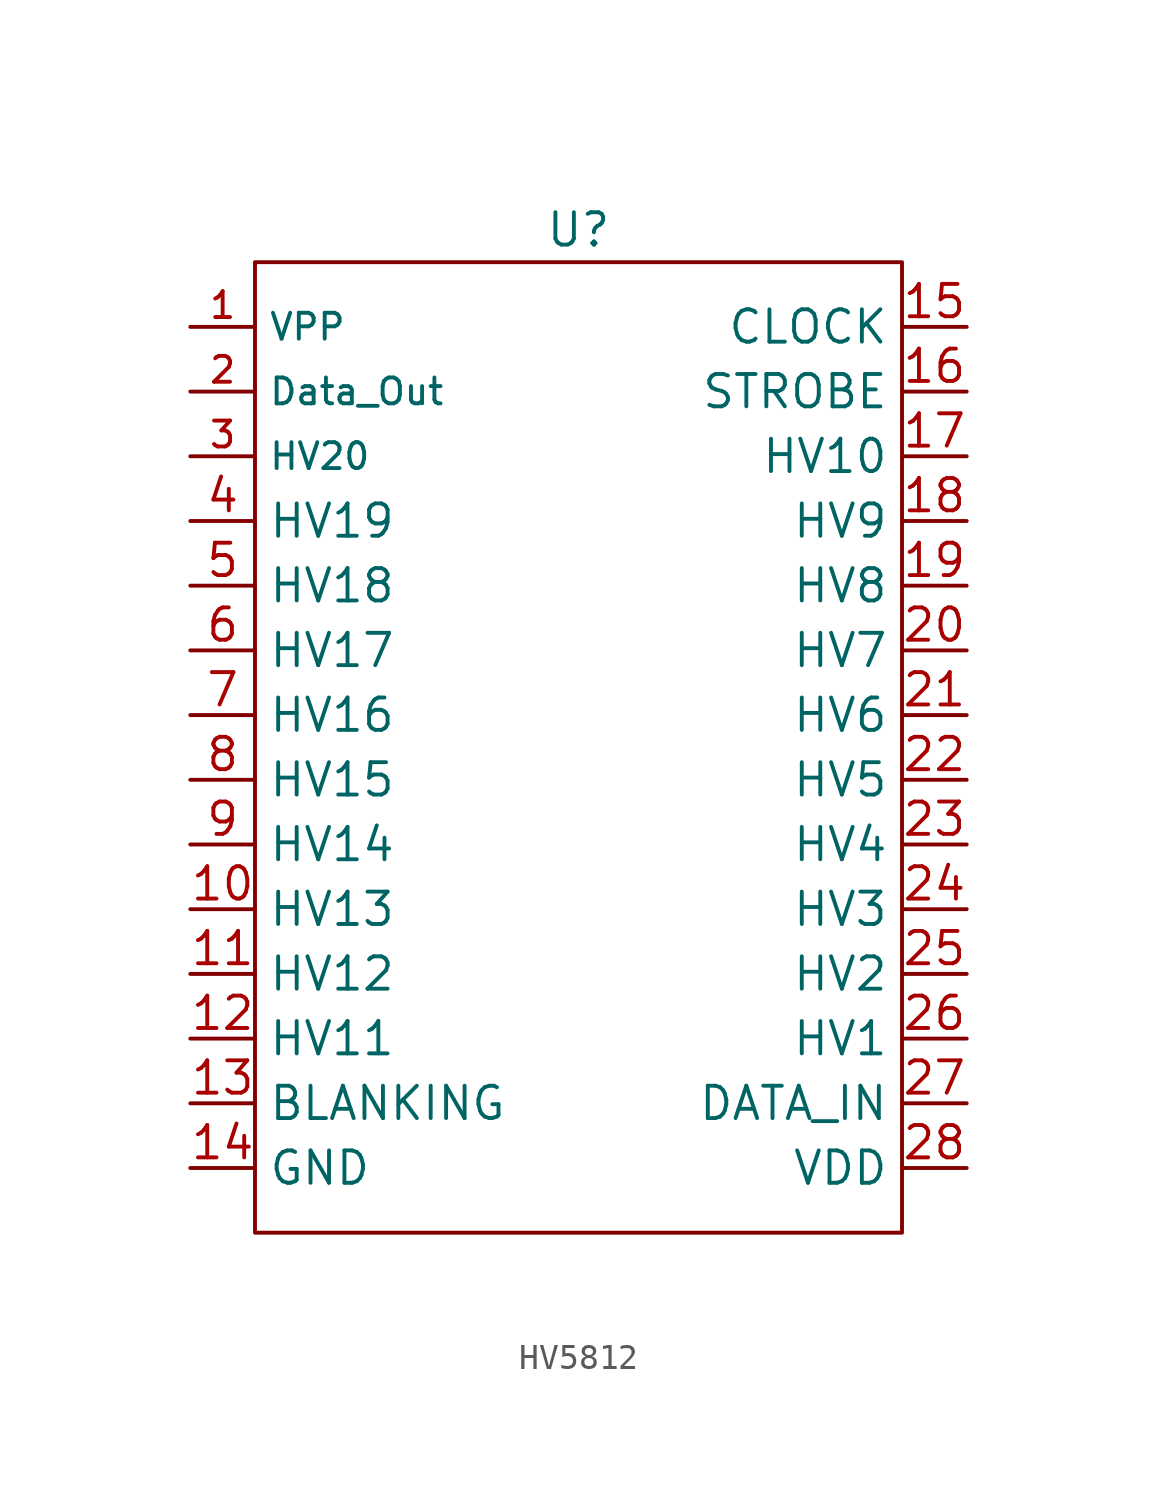
<source format=kicad_sym>
(kicad_symbol_lib
  (version 20220914)
  (generator kicad_symbol_editor)
  (symbol "HV5812"
    (property "Reference" "U"
      (at 0 20.32 0)
      (effects (font (size 1.27 1.27))))
    (property "Value" ""
      (at -12.7 -11.43 0)
      (effects (font (size 1.27 1.27))))
    (symbol "HV5812_0_1"
      (rectangle (start -12.7 19.05) (end 12.7 -19.05) (stroke (width 0) (type default)) (fill (type none))))
    (symbol "HV5812_1_0"
      (pin passive line (at -15.24 -6.35 0) (length 2.54) (name "HV13" (effects (font (size 1.27 1.27)))) (number "10" (effects (font (size 1.27 1.27)))))
      (pin passive line (at -15.24 -8.89 0) (length 2.54) (name "HV12" (effects (font (size 1.27 1.27)))) (number "11" (effects (font (size 1.27 1.27)))))
      (pin passive line (at -15.24 -11.43 0) (length 2.54) (name "HV11" (effects (font (size 1.27 1.27)))) (number "12" (effects (font (size 1.27 1.27)))))
      (pin passive line (at -15.24 -13.97 0) (length 2.54) (name "BLANKING" (effects (font (size 1.27 1.27)))) (number "13" (effects (font (size 1.27 1.27)))))
      (pin passive line (at -15.24 -16.51 0) (length 2.54) (name "GND" (effects (font (size 1.27 1.27)))) (number "14" (effects (font (size 1.27 1.27)))))
      (pin passive line (at 15.24 16.51 180) (length 2.54) (name "CLOCK" (effects (font (size 1.27 1.27)))) (number "15" (effects (font (size 1.27 1.27)))))
      (pin passive line (at 15.24 13.97 180) (length 2.54) (name "STROBE" (effects (font (size 1.27 1.27)))) (number "16" (effects (font (size 1.27 1.27)))))
      (pin passive line (at 15.24 11.43 180) (length 2.54) (name "HV10" (effects (font (size 1.27 1.27)))) (number "17" (effects (font (size 1.27 1.27)))))
      (pin passive line (at 15.24 8.89 180) (length 2.54) (name "HV9" (effects (font (size 1.27 1.27)))) (number "18" (effects (font (size 1.27 1.27)))))
      (pin passive line (at 15.24 6.35 180) (length 2.54) (name "HV8" (effects (font (size 1.27 1.27)))) (number "19" (effects (font (size 1.27 1.27)))))
      (pin passive line (at 15.24 3.81 180) (length 2.54) (name "HV7" (effects (font (size 1.27 1.27)))) (number "20" (effects (font (size 1.27 1.27)))))
      (pin passive line (at 15.24 1.27 180) (length 2.54) (name "HV6" (effects (font (size 1.27 1.27)))) (number "21" (effects (font (size 1.27 1.27)))))
      (pin passive line (at 15.24 -1.27 180) (length 2.54) (name "HV5" (effects (font (size 1.27 1.27)))) (number "22" (effects (font (size 1.27 1.27)))))
      (pin passive line (at 15.24 -3.81 180) (length 2.54) (name "HV4" (effects (font (size 1.27 1.27)))) (number "23" (effects (font (size 1.27 1.27)))))
      (pin passive line (at 15.24 -6.35 180) (length 2.54) (name "HV3" (effects (font (size 1.27 1.27)))) (number "24" (effects (font (size 1.27 1.27)))))
      (pin passive line (at 15.24 -8.89 180) (length 2.54) (name "HV2" (effects (font (size 1.27 1.27)))) (number "25" (effects (font (size 1.27 1.27)))))
      (pin passive line (at 15.24 -11.43 180) (length 2.54) (name "HV1" (effects (font (size 1.27 1.27)))) (number "26" (effects (font (size 1.27 1.27)))))
      (pin passive line (at 15.24 -13.97 180) (length 2.54) (name "DATA_IN" (effects (font (size 1.27 1.27)))) (number "27" (effects (font (size 1.27 1.27)))))
      (pin passive line (at 15.24 -16.51 180) (length 2.54) (name "VDD" (effects (font (size 1.27 1.27)))) (number "28" (effects (font (size 1.27 1.27)))))
      (pin passive line (at -15.24 8.89 0) (length 2.54) (name "HV19" (effects (font (size 1.27 1.27)))) (number "4" (effects (font (size 1.27 1.27)))))
      (pin passive line (at -15.24 6.35 0) (length 2.54) (name "HV18" (effects (font (size 1.27 1.27)))) (number "5" (effects (font (size 1.27 1.27)))))
      (pin passive line (at -15.24 3.81 0) (length 2.54) (name "HV17" (effects (font (size 1.27 1.27)))) (number "6" (effects (font (size 1.27 1.27)))))
      (pin passive line (at -15.24 1.27 0) (length 2.54) (name "HV16" (effects (font (size 1.27 1.27)))) (number "7" (effects (font (size 1.27 1.27)))))
      (pin passive line (at -15.24 -1.27 0) (length 2.54) (name "HV15" (effects (font (size 1.27 1.27)))) (number "8" (effects (font (size 1.27 1.27)))))
      (pin passive line (at -15.24 -3.81 0) (length 2.54) (name "HV14" (effects (font (size 1.27 1.27)))) (number "9" (effects (font (size 1.27 1.27))))))
    (symbol "HV5812_1_1"
      (pin passive line (at -15.24 16.51 0) (length 2.54) (name "VPP" (effects (font (size 1.016 1.016)))) (number "1" (effects (font (size 1.016 1.016)))))
      (pin passive line (at -15.24 13.97 0) (length 2.54) (name "Data_Out" (effects (font (size 1.016 1.016)))) (number "2" (effects (font (size 1.016 1.016)))))
      (pin passive line (at -15.24 11.43 0) (length 2.54) (name "HV20" (effects (font (size 1.016 1.016)))) (number "3" (effects (font (size 1.016 1.016))))))))
</source>
